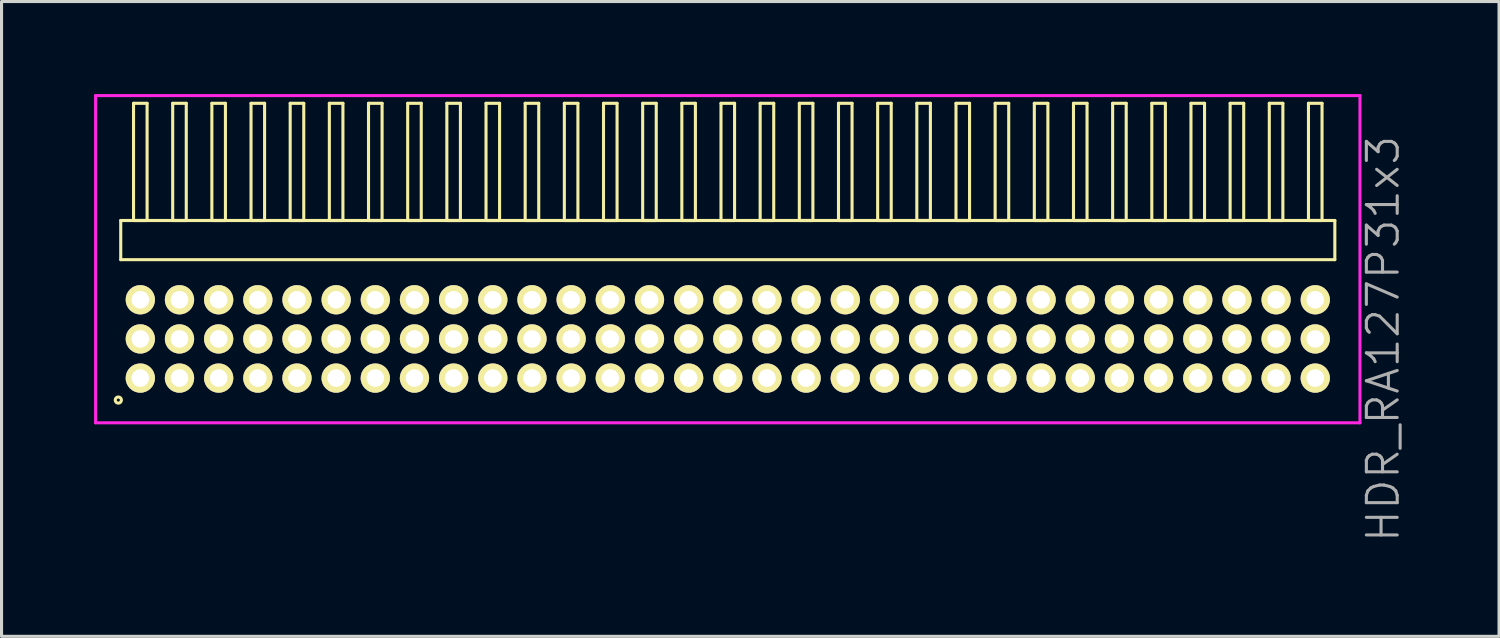
<source format=kicad_pcb>
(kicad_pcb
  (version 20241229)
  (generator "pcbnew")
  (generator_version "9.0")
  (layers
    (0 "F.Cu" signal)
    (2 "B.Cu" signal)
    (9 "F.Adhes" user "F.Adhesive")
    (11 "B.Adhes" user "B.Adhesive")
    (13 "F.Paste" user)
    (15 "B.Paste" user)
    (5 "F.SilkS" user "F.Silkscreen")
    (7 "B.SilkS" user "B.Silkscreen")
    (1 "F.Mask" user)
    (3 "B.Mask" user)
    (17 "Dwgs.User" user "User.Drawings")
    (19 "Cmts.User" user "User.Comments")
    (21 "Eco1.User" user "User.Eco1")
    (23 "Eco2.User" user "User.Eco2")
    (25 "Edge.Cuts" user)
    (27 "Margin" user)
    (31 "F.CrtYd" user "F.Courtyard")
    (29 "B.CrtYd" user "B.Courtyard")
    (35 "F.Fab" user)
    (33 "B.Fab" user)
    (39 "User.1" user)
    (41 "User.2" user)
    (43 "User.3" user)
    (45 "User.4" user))
  (footprint "HDR_RA127P31x3"
    (layer "F.Cu")
    (at 20.55 7.94)
    (property "Reference" "HDR_RA127P31x3" (at 21.25 0 90) (layer "F.Fab") (effects (font (size 1 1) (thickness 0.1))))
    (attr through_hole)
    (fp_line (start -19.685 -3.84) (end -19.685 -2.57) (stroke (width 0.1) (type solid)) (layer "F.SilkS"))
    (fp_line (start -19.685 -2.57) (end 19.685 -2.57) (stroke (width 0.1) (type solid)) (layer "F.SilkS"))
    (fp_line (start -19.27 -7.64) (end -19.27 -3.84) (stroke (width 0.1) (type solid)) (layer "F.SilkS"))
    (fp_line (start -19.27 -3.84) (end -18.83 -3.84) (stroke (width 0.1) (type solid)) (layer "F.SilkS"))
    (fp_line (start -18.83 -7.64) (end -19.27 -7.64) (stroke (width 0.1) (type solid)) (layer "F.SilkS"))
    (fp_line (start -18.83 -3.84) (end -18.83 -7.64) (stroke (width 0.1) (type solid)) (layer "F.SilkS"))
    (fp_line (start -18 -7.64) (end -18 -3.84) (stroke (width 0.1) (type solid)) (layer "F.SilkS"))
    (fp_line (start -18 -3.84) (end -17.56 -3.84) (stroke (width 0.1) (type solid)) (layer "F.SilkS"))
    (fp_line (start -17.56 -7.64) (end -18 -7.64) (stroke (width 0.1) (type solid)) (layer "F.SilkS"))
    (fp_line (start -17.56 -3.84) (end -17.56 -7.64) (stroke (width 0.1) (type solid)) (layer "F.SilkS"))
    (fp_line (start -16.73 -7.64) (end -16.73 -3.84) (stroke (width 0.1) (type solid)) (layer "F.SilkS"))
    (fp_line (start -16.73 -3.84) (end -16.29 -3.84) (stroke (width 0.1) (type solid)) (layer "F.SilkS"))
    (fp_line (start -16.29 -7.64) (end -16.73 -7.64) (stroke (width 0.1) (type solid)) (layer "F.SilkS"))
    (fp_line (start -16.29 -3.84) (end -16.29 -7.64) (stroke (width 0.1) (type solid)) (layer "F.SilkS"))
    (fp_line (start -15.46 -7.64) (end -15.46 -3.84) (stroke (width 0.1) (type solid)) (layer "F.SilkS"))
    (fp_line (start -15.46 -3.84) (end -15.02 -3.84) (stroke (width 0.1) (type solid)) (layer "F.SilkS"))
    (fp_line (start -15.02 -7.64) (end -15.46 -7.64) (stroke (width 0.1) (type solid)) (layer "F.SilkS"))
    (fp_line (start -15.02 -3.84) (end -15.02 -7.64) (stroke (width 0.1) (type solid)) (layer "F.SilkS"))
    (fp_line (start -14.19 -7.64) (end -14.19 -3.84) (stroke (width 0.1) (type solid)) (layer "F.SilkS"))
    (fp_line (start -14.19 -3.84) (end -13.75 -3.84) (stroke (width 0.1) (type solid)) (layer "F.SilkS"))
    (fp_line (start -13.75 -7.64) (end -14.19 -7.64) (stroke (width 0.1) (type solid)) (layer "F.SilkS"))
    (fp_line (start -13.75 -3.84) (end -13.75 -7.64) (stroke (width 0.1) (type solid)) (layer "F.SilkS"))
    (fp_line (start -12.92 -7.64) (end -12.92 -3.84) (stroke (width 0.1) (type solid)) (layer "F.SilkS"))
    (fp_line (start -12.92 -3.84) (end -12.48 -3.84) (stroke (width 0.1) (type solid)) (layer "F.SilkS"))
    (fp_line (start -12.48 -7.64) (end -12.92 -7.64) (stroke (width 0.1) (type solid)) (layer "F.SilkS"))
    (fp_line (start -12.48 -3.84) (end -12.48 -7.64) (stroke (width 0.1) (type solid)) (layer "F.SilkS"))
    (fp_line (start -11.65 -7.64) (end -11.65 -3.84) (stroke (width 0.1) (type solid)) (layer "F.SilkS"))
    (fp_line (start -11.65 -3.84) (end -11.21 -3.84) (stroke (width 0.1) (type solid)) (layer "F.SilkS"))
    (fp_line (start -11.21 -7.64) (end -11.65 -7.64) (stroke (width 0.1) (type solid)) (layer "F.SilkS"))
    (fp_line (start -11.21 -3.84) (end -11.21 -7.64) (stroke (width 0.1) (type solid)) (layer "F.SilkS"))
    (fp_line (start -10.38 -7.64) (end -10.38 -3.84) (stroke (width 0.1) (type solid)) (layer "F.SilkS"))
    (fp_line (start -10.38 -3.84) (end -9.94 -3.84) (stroke (width 0.1) (type solid)) (layer "F.SilkS"))
    (fp_line (start -9.94 -7.64) (end -10.38 -7.64) (stroke (width 0.1) (type solid)) (layer "F.SilkS"))
    (fp_line (start -9.94 -3.84) (end -9.94 -7.64) (stroke (width 0.1) (type solid)) (layer "F.SilkS"))
    (fp_line (start -9.11 -7.64) (end -9.11 -3.84) (stroke (width 0.1) (type solid)) (layer "F.SilkS"))
    (fp_line (start -9.11 -3.84) (end -8.67 -3.84) (stroke (width 0.1) (type solid)) (layer "F.SilkS"))
    (fp_line (start -8.67 -7.64) (end -9.11 -7.64) (stroke (width 0.1) (type solid)) (layer "F.SilkS"))
    (fp_line (start -8.67 -3.84) (end -8.67 -7.64) (stroke (width 0.1) (type solid)) (layer "F.SilkS"))
    (fp_line (start -7.84 -7.64) (end -7.84 -3.84) (stroke (width 0.1) (type solid)) (layer "F.SilkS"))
    (fp_line (start -7.84 -3.84) (end -7.4 -3.84) (stroke (width 0.1) (type solid)) (layer "F.SilkS"))
    (fp_line (start -7.4 -7.64) (end -7.84 -7.64) (stroke (width 0.1) (type solid)) (layer "F.SilkS"))
    (fp_line (start -7.4 -3.84) (end -7.4 -7.64) (stroke (width 0.1) (type solid)) (layer "F.SilkS"))
    (fp_line (start -6.57 -7.64) (end -6.57 -3.84) (stroke (width 0.1) (type solid)) (layer "F.SilkS"))
    (fp_line (start -6.57 -3.84) (end -6.13 -3.84) (stroke (width 0.1) (type solid)) (layer "F.SilkS"))
    (fp_line (start -6.13 -7.64) (end -6.57 -7.64) (stroke (width 0.1) (type solid)) (layer "F.SilkS"))
    (fp_line (start -6.13 -3.84) (end -6.13 -7.64) (stroke (width 0.1) (type solid)) (layer "F.SilkS"))
    (fp_line (start -5.3 -7.64) (end -5.3 -3.84) (stroke (width 0.1) (type solid)) (layer "F.SilkS"))
    (fp_line (start -5.3 -3.84) (end -4.86 -3.84) (stroke (width 0.1) (type solid)) (layer "F.SilkS"))
    (fp_line (start -4.86 -7.64) (end -5.3 -7.64) (stroke (width 0.1) (type solid)) (layer "F.SilkS"))
    (fp_line (start -4.86 -3.84) (end -4.86 -7.64) (stroke (width 0.1) (type solid)) (layer "F.SilkS"))
    (fp_line (start -4.03 -7.64) (end -4.03 -3.84) (stroke (width 0.1) (type solid)) (layer "F.SilkS"))
    (fp_line (start -4.03 -3.84) (end -3.59 -3.84) (stroke (width 0.1) (type solid)) (layer "F.SilkS"))
    (fp_line (start -3.59 -7.64) (end -4.03 -7.64) (stroke (width 0.1) (type solid)) (layer "F.SilkS"))
    (fp_line (start -3.59 -3.84) (end -3.59 -7.64) (stroke (width 0.1) (type solid)) (layer "F.SilkS"))
    (fp_line (start -2.76 -7.64) (end -2.76 -3.84) (stroke (width 0.1) (type solid)) (layer "F.SilkS"))
    (fp_line (start -2.76 -3.84) (end -2.32 -3.84) (stroke (width 0.1) (type solid)) (layer "F.SilkS"))
    (fp_line (start -2.32 -7.64) (end -2.76 -7.64) (stroke (width 0.1) (type solid)) (layer "F.SilkS"))
    (fp_line (start -2.32 -3.84) (end -2.32 -7.64) (stroke (width 0.1) (type solid)) (layer "F.SilkS"))
    (fp_line (start -1.49 -7.64) (end -1.49 -3.84) (stroke (width 0.1) (type solid)) (layer "F.SilkS"))
    (fp_line (start -1.49 -3.84) (end -1.05 -3.84) (stroke (width 0.1) (type solid)) (layer "F.SilkS"))
    (fp_line (start -1.05 -7.64) (end -1.49 -7.64) (stroke (width 0.1) (type solid)) (layer "F.SilkS"))
    (fp_line (start -1.05 -3.84) (end -1.05 -7.64) (stroke (width 0.1) (type solid)) (layer "F.SilkS"))
    (fp_line (start -0.22 -7.64) (end -0.22 -3.84) (stroke (width 0.1) (type solid)) (layer "F.SilkS"))
    (fp_line (start -0.22 -3.84) (end 0.22 -3.84) (stroke (width 0.1) (type solid)) (layer "F.SilkS"))
    (fp_line (start 0.22 -7.64) (end -0.22 -7.64) (stroke (width 0.1) (type solid)) (layer "F.SilkS"))
    (fp_line (start 0.22 -3.84) (end 0.22 -7.64) (stroke (width 0.1) (type solid)) (layer "F.SilkS"))
    (fp_line (start 1.05 -7.64) (end 1.05 -3.84) (stroke (width 0.1) (type solid)) (layer "F.SilkS"))
    (fp_line (start 1.05 -3.84) (end 1.49 -3.84) (stroke (width 0.1) (type solid)) (layer "F.SilkS"))
    (fp_line (start 1.49 -7.64) (end 1.05 -7.64) (stroke (width 0.1) (type solid)) (layer "F.SilkS"))
    (fp_line (start 1.49 -3.84) (end 1.49 -7.64) (stroke (width 0.1) (type solid)) (layer "F.SilkS"))
    (fp_line (start 2.32 -7.64) (end 2.32 -3.84) (stroke (width 0.1) (type solid)) (layer "F.SilkS"))
    (fp_line (start 2.32 -3.84) (end 2.76 -3.84) (stroke (width 0.1) (type solid)) (layer "F.SilkS"))
    (fp_line (start 2.76 -7.64) (end 2.32 -7.64) (stroke (width 0.1) (type solid)) (layer "F.SilkS"))
    (fp_line (start 2.76 -3.84) (end 2.76 -7.64) (stroke (width 0.1) (type solid)) (layer "F.SilkS"))
    (fp_line (start 3.59 -7.64) (end 3.59 -3.84) (stroke (width 0.1) (type solid)) (layer "F.SilkS"))
    (fp_line (start 3.59 -3.84) (end 4.03 -3.84) (stroke (width 0.1) (type solid)) (layer "F.SilkS"))
    (fp_line (start 4.03 -7.64) (end 3.59 -7.64) (stroke (width 0.1) (type solid)) (layer "F.SilkS"))
    (fp_line (start 4.03 -3.84) (end 4.03 -7.64) (stroke (width 0.1) (type solid)) (layer "F.SilkS"))
    (fp_line (start 4.86 -7.64) (end 4.86 -3.84) (stroke (width 0.1) (type solid)) (layer "F.SilkS"))
    (fp_line (start 4.86 -3.84) (end 5.3 -3.84) (stroke (width 0.1) (type solid)) (layer "F.SilkS"))
    (fp_line (start 5.3 -7.64) (end 4.86 -7.64) (stroke (width 0.1) (type solid)) (layer "F.SilkS"))
    (fp_line (start 5.3 -3.84) (end 5.3 -7.64) (stroke (width 0.1) (type solid)) (layer "F.SilkS"))
    (fp_line (start 6.13 -7.64) (end 6.13 -3.84) (stroke (width 0.1) (type solid)) (layer "F.SilkS"))
    (fp_line (start 6.13 -3.84) (end 6.57 -3.84) (stroke (width 0.1) (type solid)) (layer "F.SilkS"))
    (fp_line (start 6.57 -7.64) (end 6.13 -7.64) (stroke (width 0.1) (type solid)) (layer "F.SilkS"))
    (fp_line (start 6.57 -3.84) (end 6.57 -7.64) (stroke (width 0.1) (type solid)) (layer "F.SilkS"))
    (fp_line (start 7.4 -7.64) (end 7.4 -3.84) (stroke (width 0.1) (type solid)) (layer "F.SilkS"))
    (fp_line (start 7.4 -3.84) (end 7.84 -3.84) (stroke (width 0.1) (type solid)) (layer "F.SilkS"))
    (fp_line (start 7.84 -7.64) (end 7.4 -7.64) (stroke (width 0.1) (type solid)) (layer "F.SilkS"))
    (fp_line (start 7.84 -3.84) (end 7.84 -7.64) (stroke (width 0.1) (type solid)) (layer "F.SilkS"))
    (fp_line (start 8.67 -7.64) (end 8.67 -3.84) (stroke (width 0.1) (type solid)) (layer "F.SilkS"))
    (fp_line (start 8.67 -3.84) (end 9.11 -3.84) (stroke (width 0.1) (type solid)) (layer "F.SilkS"))
    (fp_line (start 9.11 -7.64) (end 8.67 -7.64) (stroke (width 0.1) (type solid)) (layer "F.SilkS"))
    (fp_line (start 9.11 -3.84) (end 9.11 -7.64) (stroke (width 0.1) (type solid)) (layer "F.SilkS"))
    (fp_line (start 9.94 -7.64) (end 9.94 -3.84) (stroke (width 0.1) (type solid)) (layer "F.SilkS"))
    (fp_line (start 9.94 -3.84) (end 10.38 -3.84) (stroke (width 0.1) (type solid)) (layer "F.SilkS"))
    (fp_line (start 10.38 -7.64) (end 9.94 -7.64) (stroke (width 0.1) (type solid)) (layer "F.SilkS"))
    (fp_line (start 10.38 -3.84) (end 10.38 -7.64) (stroke (width 0.1) (type solid)) (layer "F.SilkS"))
    (fp_line (start 11.21 -7.64) (end 11.21 -3.84) (stroke (width 0.1) (type solid)) (layer "F.SilkS"))
    (fp_line (start 11.21 -3.84) (end 11.65 -3.84) (stroke (width 0.1) (type solid)) (layer "F.SilkS"))
    (fp_line (start 11.65 -7.64) (end 11.21 -7.64) (stroke (width 0.1) (type solid)) (layer "F.SilkS"))
    (fp_line (start 11.65 -3.84) (end 11.65 -7.64) (stroke (width 0.1) (type solid)) (layer "F.SilkS"))
    (fp_line (start 12.48 -7.64) (end 12.48 -3.84) (stroke (width 0.1) (type solid)) (layer "F.SilkS"))
    (fp_line (start 12.48 -3.84) (end 12.92 -3.84) (stroke (width 0.1) (type solid)) (layer "F.SilkS"))
    (fp_line (start 12.92 -7.64) (end 12.48 -7.64) (stroke (width 0.1) (type solid)) (layer "F.SilkS"))
    (fp_line (start 12.92 -3.84) (end 12.92 -7.64) (stroke (width 0.1) (type solid)) (layer "F.SilkS"))
    (fp_line (start 13.75 -7.64) (end 13.75 -3.84) (stroke (width 0.1) (type solid)) (layer "F.SilkS"))
    (fp_line (start 13.75 -3.84) (end 14.19 -3.84) (stroke (width 0.1) (type solid)) (layer "F.SilkS"))
    (fp_line (start 14.19 -7.64) (end 13.75 -7.64) (stroke (width 0.1) (type solid)) (layer "F.SilkS"))
    (fp_line (start 14.19 -3.84) (end 14.19 -7.64) (stroke (width 0.1) (type solid)) (layer "F.SilkS"))
    (fp_line (start 15.02 -7.64) (end 15.02 -3.84) (stroke (width 0.1) (type solid)) (layer "F.SilkS"))
    (fp_line (start 15.02 -3.84) (end 15.46 -3.84) (stroke (width 0.1) (type solid)) (layer "F.SilkS"))
    (fp_line (start 15.46 -7.64) (end 15.02 -7.64) (stroke (width 0.1) (type solid)) (layer "F.SilkS"))
    (fp_line (start 15.46 -3.84) (end 15.46 -7.64) (stroke (width 0.1) (type solid)) (layer "F.SilkS"))
    (fp_line (start 16.29 -7.64) (end 16.29 -3.84) (stroke (width 0.1) (type solid)) (layer "F.SilkS"))
    (fp_line (start 16.29 -3.84) (end 16.73 -3.84) (stroke (width 0.1) (type solid)) (layer "F.SilkS"))
    (fp_line (start 16.73 -7.64) (end 16.29 -7.64) (stroke (width 0.1) (type solid)) (layer "F.SilkS"))
    (fp_line (start 16.73 -3.84) (end 16.73 -7.64) (stroke (width 0.1) (type solid)) (layer "F.SilkS"))
    (fp_line (start 17.56 -7.64) (end 17.56 -3.84) (stroke (width 0.1) (type solid)) (layer "F.SilkS"))
    (fp_line (start 17.56 -3.84) (end 18 -3.84) (stroke (width 0.1) (type solid)) (layer "F.SilkS"))
    (fp_line (start 18 -7.64) (end 17.56 -7.64) (stroke (width 0.1) (type solid)) (layer "F.SilkS"))
    (fp_line (start 18 -3.84) (end 18 -7.64) (stroke (width 0.1) (type solid)) (layer "F.SilkS"))
    (fp_line (start 18.83 -7.64) (end 18.83 -3.84) (stroke (width 0.1) (type solid)) (layer "F.SilkS"))
    (fp_line (start 18.83 -3.84) (end 19.27 -3.84) (stroke (width 0.1) (type solid)) (layer "F.SilkS"))
    (fp_line (start 19.27 -7.64) (end 18.83 -7.64) (stroke (width 0.1) (type solid)) (layer "F.SilkS"))
    (fp_line (start 19.27 -3.84) (end 19.27 -7.64) (stroke (width 0.1) (type solid)) (layer "F.SilkS"))
    (fp_line (start 19.685 -3.84) (end -19.685 -3.84) (stroke (width 0.1) (type solid)) (layer "F.SilkS"))
    (fp_line (start 19.685 -2.57) (end 19.685 -3.84) (stroke (width 0.1) (type solid)) (layer "F.SilkS"))
    (fp_circle (center -19.763 1.983) (end -19.663 1.983) (stroke (width 0.1) (type solid)) (fill no) (layer "F.SilkS"))
    (fp_line (start -20.5 -7.89) (end -20.5 2.72) (stroke (width 0.1) (type solid)) (layer "F.CrtYd"))
    (fp_line (start -20.5 2.72) (end 20.5 2.72) (stroke (width 0.1) (type solid)) (layer "F.CrtYd"))
    (fp_line (start 20.5 -7.89) (end -20.5 -7.89) (stroke (width 0.1) (type solid)) (layer "F.CrtYd"))
    (fp_line (start 20.5 2.72) (end 20.5 -7.89) (stroke (width 0.1) (type solid)) (layer "F.CrtYd"))
    (pad "1" thru_hole oval (at -19.05 1.27) (size 0.95 0.95) (drill 0.57) (layers "*.Cu" "*.Mask" "F.SilkS"))
    (pad "2" thru_hole oval (at -19.05 0) (size 0.95 0.95) (drill 0.57) (layers "*.Cu" "*.Mask" "F.SilkS"))
    (pad "3" thru_hole oval (at -19.05 -1.27) (size 0.95 0.95) (drill 0.57) (layers "*.Cu" "*.Mask" "F.SilkS"))
    (pad "4" thru_hole oval (at -17.78 1.27) (size 0.95 0.95) (drill 0.57) (layers "*.Cu" "*.Mask" "F.SilkS"))
    (pad "5" thru_hole oval (at -17.78 0) (size 0.95 0.95) (drill 0.57) (layers "*.Cu" "*.Mask" "F.SilkS"))
    (pad "6" thru_hole oval (at -17.78 -1.27) (size 0.95 0.95) (drill 0.57) (layers "*.Cu" "*.Mask" "F.SilkS"))
    (pad "7" thru_hole oval (at -16.51 1.27) (size 0.95 0.95) (drill 0.57) (layers "*.Cu" "*.Mask" "F.SilkS"))
    (pad "8" thru_hole oval (at -16.51 0) (size 0.95 0.95) (drill 0.57) (layers "*.Cu" "*.Mask" "F.SilkS"))
    (pad "9" thru_hole oval (at -16.51 -1.27) (size 0.95 0.95) (drill 0.57) (layers "*.Cu" "*.Mask" "F.SilkS"))
    (pad "10" thru_hole oval (at -15.24 1.27) (size 0.95 0.95) (drill 0.57) (layers "*.Cu" "*.Mask" "F.SilkS"))
    (pad "11" thru_hole oval (at -15.24 0) (size 0.95 0.95) (drill 0.57) (layers "*.Cu" "*.Mask" "F.SilkS"))
    (pad "12" thru_hole oval (at -15.24 -1.27) (size 0.95 0.95) (drill 0.57) (layers "*.Cu" "*.Mask" "F.SilkS"))
    (pad "13" thru_hole oval (at -13.97 1.27) (size 0.95 0.95) (drill 0.57) (layers "*.Cu" "*.Mask" "F.SilkS"))
    (pad "14" thru_hole oval (at -13.97 0) (size 0.95 0.95) (drill 0.57) (layers "*.Cu" "*.Mask" "F.SilkS"))
    (pad "15" thru_hole oval (at -13.97 -1.27) (size 0.95 0.95) (drill 0.57) (layers "*.Cu" "*.Mask" "F.SilkS"))
    (pad "16" thru_hole oval (at -12.7 1.27) (size 0.95 0.95) (drill 0.57) (layers "*.Cu" "*.Mask" "F.SilkS"))
    (pad "17" thru_hole oval (at -12.7 0) (size 0.95 0.95) (drill 0.57) (layers "*.Cu" "*.Mask" "F.SilkS"))
    (pad "18" thru_hole oval (at -12.7 -1.27) (size 0.95 0.95) (drill 0.57) (layers "*.Cu" "*.Mask" "F.SilkS"))
    (pad "19" thru_hole oval (at -11.43 1.27) (size 0.95 0.95) (drill 0.57) (layers "*.Cu" "*.Mask" "F.SilkS"))
    (pad "20" thru_hole oval (at -11.43 0) (size 0.95 0.95) (drill 0.57) (layers "*.Cu" "*.Mask" "F.SilkS"))
    (pad "21" thru_hole oval (at -11.43 -1.27) (size 0.95 0.95) (drill 0.57) (layers "*.Cu" "*.Mask" "F.SilkS"))
    (pad "22" thru_hole oval (at -10.16 1.27) (size 0.95 0.95) (drill 0.57) (layers "*.Cu" "*.Mask" "F.SilkS"))
    (pad "23" thru_hole oval (at -10.16 0) (size 0.95 0.95) (drill 0.57) (layers "*.Cu" "*.Mask" "F.SilkS"))
    (pad "24" thru_hole oval (at -10.16 -1.27) (size 0.95 0.95) (drill 0.57) (layers "*.Cu" "*.Mask" "F.SilkS"))
    (pad "25" thru_hole oval (at -8.89 1.27) (size 0.95 0.95) (drill 0.57) (layers "*.Cu" "*.Mask" "F.SilkS"))
    (pad "26" thru_hole oval (at -8.89 0) (size 0.95 0.95) (drill 0.57) (layers "*.Cu" "*.Mask" "F.SilkS"))
    (pad "27" thru_hole oval (at -8.89 -1.27) (size 0.95 0.95) (drill 0.57) (layers "*.Cu" "*.Mask" "F.SilkS"))
    (pad "28" thru_hole oval (at -7.62 1.27) (size 0.95 0.95) (drill 0.57) (layers "*.Cu" "*.Mask" "F.SilkS"))
    (pad "29" thru_hole oval (at -7.62 0) (size 0.95 0.95) (drill 0.57) (layers "*.Cu" "*.Mask" "F.SilkS"))
    (pad "30" thru_hole oval (at -7.62 -1.27) (size 0.95 0.95) (drill 0.57) (layers "*.Cu" "*.Mask" "F.SilkS"))
    (pad "31" thru_hole oval (at -6.35 1.27) (size 0.95 0.95) (drill 0.57) (layers "*.Cu" "*.Mask" "F.SilkS"))
    (pad "32" thru_hole oval (at -6.35 0) (size 0.95 0.95) (drill 0.57) (layers "*.Cu" "*.Mask" "F.SilkS"))
    (pad "33" thru_hole oval (at -6.35 -1.27) (size 0.95 0.95) (drill 0.57) (layers "*.Cu" "*.Mask" "F.SilkS"))
    (pad "34" thru_hole oval (at -5.08 1.27) (size 0.95 0.95) (drill 0.57) (layers "*.Cu" "*.Mask" "F.SilkS"))
    (pad "35" thru_hole oval (at -5.08 0) (size 0.95 0.95) (drill 0.57) (layers "*.Cu" "*.Mask" "F.SilkS"))
    (pad "36" thru_hole oval (at -5.08 -1.27) (size 0.95 0.95) (drill 0.57) (layers "*.Cu" "*.Mask" "F.SilkS"))
    (pad "37" thru_hole oval (at -3.81 1.27) (size 0.95 0.95) (drill 0.57) (layers "*.Cu" "*.Mask" "F.SilkS"))
    (pad "38" thru_hole oval (at -3.81 0) (size 0.95 0.95) (drill 0.57) (layers "*.Cu" "*.Mask" "F.SilkS"))
    (pad "39" thru_hole oval (at -3.81 -1.27) (size 0.95 0.95) (drill 0.57) (layers "*.Cu" "*.Mask" "F.SilkS"))
    (pad "40" thru_hole oval (at -2.54 1.27) (size 0.95 0.95) (drill 0.57) (layers "*.Cu" "*.Mask" "F.SilkS"))
    (pad "41" thru_hole oval (at -2.54 0) (size 0.95 0.95) (drill 0.57) (layers "*.Cu" "*.Mask" "F.SilkS"))
    (pad "42" thru_hole oval (at -2.54 -1.27) (size 0.95 0.95) (drill 0.57) (layers "*.Cu" "*.Mask" "F.SilkS"))
    (pad "43" thru_hole oval (at -1.27 1.27) (size 0.95 0.95) (drill 0.57) (layers "*.Cu" "*.Mask" "F.SilkS"))
    (pad "44" thru_hole oval (at -1.27 0) (size 0.95 0.95) (drill 0.57) (layers "*.Cu" "*.Mask" "F.SilkS"))
    (pad "45" thru_hole oval (at -1.27 -1.27) (size 0.95 0.95) (drill 0.57) (layers "*.Cu" "*.Mask" "F.SilkS"))
    (pad "46" thru_hole oval (at 0 1.27) (size 0.95 0.95) (drill 0.57) (layers "*.Cu" "*.Mask" "F.SilkS"))
    (pad "47" thru_hole oval (at 0 0) (size 0.95 0.95) (drill 0.57) (layers "*.Cu" "*.Mask" "F.SilkS"))
    (pad "48" thru_hole oval (at 0 -1.27) (size 0.95 0.95) (drill 0.57) (layers "*.Cu" "*.Mask" "F.SilkS"))
    (pad "49" thru_hole oval (at 1.27 1.27) (size 0.95 0.95) (drill 0.57) (layers "*.Cu" "*.Mask" "F.SilkS"))
    (pad "50" thru_hole oval (at 1.27 0) (size 0.95 0.95) (drill 0.57) (layers "*.Cu" "*.Mask" "F.SilkS"))
    (pad "51" thru_hole oval (at 1.27 -1.27) (size 0.95 0.95) (drill 0.57) (layers "*.Cu" "*.Mask" "F.SilkS"))
    (pad "52" thru_hole oval (at 2.54 1.27) (size 0.95 0.95) (drill 0.57) (layers "*.Cu" "*.Mask" "F.SilkS"))
    (pad "53" thru_hole oval (at 2.54 0) (size 0.95 0.95) (drill 0.57) (layers "*.Cu" "*.Mask" "F.SilkS"))
    (pad "54" thru_hole oval (at 2.54 -1.27) (size 0.95 0.95) (drill 0.57) (layers "*.Cu" "*.Mask" "F.SilkS"))
    (pad "55" thru_hole oval (at 3.81 1.27) (size 0.95 0.95) (drill 0.57) (layers "*.Cu" "*.Mask" "F.SilkS"))
    (pad "56" thru_hole oval (at 3.81 0) (size 0.95 0.95) (drill 0.57) (layers "*.Cu" "*.Mask" "F.SilkS"))
    (pad "57" thru_hole oval (at 3.81 -1.27) (size 0.95 0.95) (drill 0.57) (layers "*.Cu" "*.Mask" "F.SilkS"))
    (pad "58" thru_hole oval (at 5.08 1.27) (size 0.95 0.95) (drill 0.57) (layers "*.Cu" "*.Mask" "F.SilkS"))
    (pad "59" thru_hole oval (at 5.08 0) (size 0.95 0.95) (drill 0.57) (layers "*.Cu" "*.Mask" "F.SilkS"))
    (pad "60" thru_hole oval (at 5.08 -1.27) (size 0.95 0.95) (drill 0.57) (layers "*.Cu" "*.Mask" "F.SilkS"))
    (pad "61" thru_hole oval (at 6.35 1.27) (size 0.95 0.95) (drill 0.57) (layers "*.Cu" "*.Mask" "F.SilkS"))
    (pad "62" thru_hole oval (at 6.35 0) (size 0.95 0.95) (drill 0.57) (layers "*.Cu" "*.Mask" "F.SilkS"))
    (pad "63" thru_hole oval (at 6.35 -1.27) (size 0.95 0.95) (drill 0.57) (layers "*.Cu" "*.Mask" "F.SilkS"))
    (pad "64" thru_hole oval (at 7.62 1.27) (size 0.95 0.95) (drill 0.57) (layers "*.Cu" "*.Mask" "F.SilkS"))
    (pad "65" thru_hole oval (at 7.62 0) (size 0.95 0.95) (drill 0.57) (layers "*.Cu" "*.Mask" "F.SilkS"))
    (pad "66" thru_hole oval (at 7.62 -1.27) (size 0.95 0.95) (drill 0.57) (layers "*.Cu" "*.Mask" "F.SilkS"))
    (pad "67" thru_hole oval (at 8.89 1.27) (size 0.95 0.95) (drill 0.57) (layers "*.Cu" "*.Mask" "F.SilkS"))
    (pad "68" thru_hole oval (at 8.89 0) (size 0.95 0.95) (drill 0.57) (layers "*.Cu" "*.Mask" "F.SilkS"))
    (pad "69" thru_hole oval (at 8.89 -1.27) (size 0.95 0.95) (drill 0.57) (layers "*.Cu" "*.Mask" "F.SilkS"))
    (pad "70" thru_hole oval (at 10.16 1.27) (size 0.95 0.95) (drill 0.57) (layers "*.Cu" "*.Mask" "F.SilkS"))
    (pad "71" thru_hole oval (at 10.16 0) (size 0.95 0.95) (drill 0.57) (layers "*.Cu" "*.Mask" "F.SilkS"))
    (pad "72" thru_hole oval (at 10.16 -1.27) (size 0.95 0.95) (drill 0.57) (layers "*.Cu" "*.Mask" "F.SilkS"))
    (pad "73" thru_hole oval (at 11.43 1.27) (size 0.95 0.95) (drill 0.57) (layers "*.Cu" "*.Mask" "F.SilkS"))
    (pad "74" thru_hole oval (at 11.43 0) (size 0.95 0.95) (drill 0.57) (layers "*.Cu" "*.Mask" "F.SilkS"))
    (pad "75" thru_hole oval (at 11.43 -1.27) (size 0.95 0.95) (drill 0.57) (layers "*.Cu" "*.Mask" "F.SilkS"))
    (pad "76" thru_hole oval (at 12.7 1.27) (size 0.95 0.95) (drill 0.57) (layers "*.Cu" "*.Mask" "F.SilkS"))
    (pad "77" thru_hole oval (at 12.7 0) (size 0.95 0.95) (drill 0.57) (layers "*.Cu" "*.Mask" "F.SilkS"))
    (pad "78" thru_hole oval (at 12.7 -1.27) (size 0.95 0.95) (drill 0.57) (layers "*.Cu" "*.Mask" "F.SilkS"))
    (pad "79" thru_hole oval (at 13.97 1.27) (size 0.95 0.95) (drill 0.57) (layers "*.Cu" "*.Mask" "F.SilkS"))
    (pad "80" thru_hole oval (at 13.97 0) (size 0.95 0.95) (drill 0.57) (layers "*.Cu" "*.Mask" "F.SilkS"))
    (pad "81" thru_hole oval (at 13.97 -1.27) (size 0.95 0.95) (drill 0.57) (layers "*.Cu" "*.Mask" "F.SilkS"))
    (pad "82" thru_hole oval (at 15.24 1.27) (size 0.95 0.95) (drill 0.57) (layers "*.Cu" "*.Mask" "F.SilkS"))
    (pad "83" thru_hole oval (at 15.24 0) (size 0.95 0.95) (drill 0.57) (layers "*.Cu" "*.Mask" "F.SilkS"))
    (pad "84" thru_hole oval (at 15.24 -1.27) (size 0.95 0.95) (drill 0.57) (layers "*.Cu" "*.Mask" "F.SilkS"))
    (pad "85" thru_hole oval (at 16.51 1.27) (size 0.95 0.95) (drill 0.57) (layers "*.Cu" "*.Mask" "F.SilkS"))
    (pad "86" thru_hole oval (at 16.51 0) (size 0.95 0.95) (drill 0.57) (layers "*.Cu" "*.Mask" "F.SilkS"))
    (pad "87" thru_hole oval (at 16.51 -1.27) (size 0.95 0.95) (drill 0.57) (layers "*.Cu" "*.Mask" "F.SilkS"))
    (pad "88" thru_hole oval (at 17.78 1.27) (size 0.95 0.95) (drill 0.57) (layers "*.Cu" "*.Mask" "F.SilkS"))
    (pad "89" thru_hole oval (at 17.78 0) (size 0.95 0.95) (drill 0.57) (layers "*.Cu" "*.Mask" "F.SilkS"))
    (pad "90" thru_hole oval (at 17.78 -1.27) (size 0.95 0.95) (drill 0.57) (layers "*.Cu" "*.Mask" "F.SilkS"))
    (pad "91" thru_hole oval (at 19.05 1.27) (size 0.95 0.95) (drill 0.57) (layers "*.Cu" "*.Mask" "F.SilkS"))
    (pad "92" thru_hole oval (at 19.05 0) (size 0.95 0.95) (drill 0.57) (layers "*.Cu" "*.Mask" "F.SilkS"))
    (pad "93" thru_hole oval (at 19.05 -1.27) (size 0.95 0.95) (drill 0.57) (layers "*.Cu" "*.Mask" "F.SilkS")))
  (gr_rect
    (start -3 -3)
    (end 45.56 17.585)
    (stroke (width 0.1) (type default))
    (fill no)
    (layer "Edge.Cuts")))
</source>
